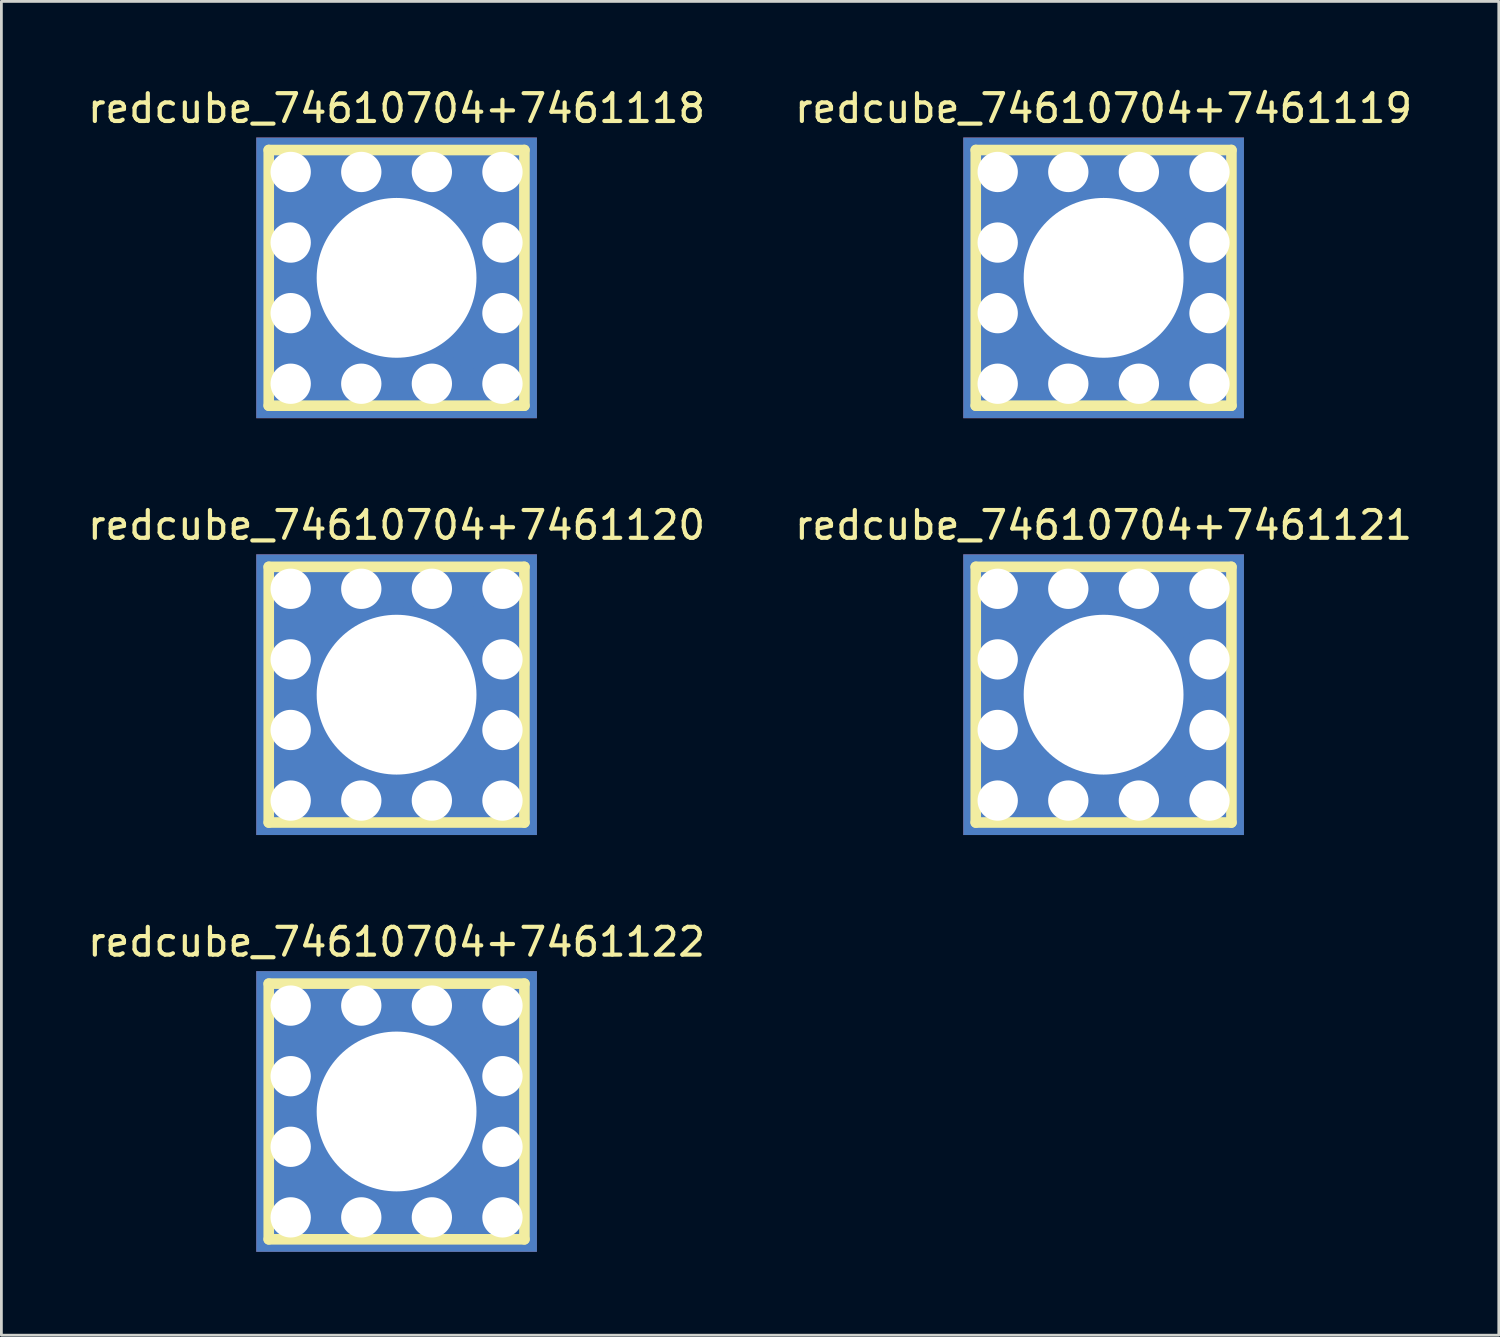
<source format=kicad_pcb>
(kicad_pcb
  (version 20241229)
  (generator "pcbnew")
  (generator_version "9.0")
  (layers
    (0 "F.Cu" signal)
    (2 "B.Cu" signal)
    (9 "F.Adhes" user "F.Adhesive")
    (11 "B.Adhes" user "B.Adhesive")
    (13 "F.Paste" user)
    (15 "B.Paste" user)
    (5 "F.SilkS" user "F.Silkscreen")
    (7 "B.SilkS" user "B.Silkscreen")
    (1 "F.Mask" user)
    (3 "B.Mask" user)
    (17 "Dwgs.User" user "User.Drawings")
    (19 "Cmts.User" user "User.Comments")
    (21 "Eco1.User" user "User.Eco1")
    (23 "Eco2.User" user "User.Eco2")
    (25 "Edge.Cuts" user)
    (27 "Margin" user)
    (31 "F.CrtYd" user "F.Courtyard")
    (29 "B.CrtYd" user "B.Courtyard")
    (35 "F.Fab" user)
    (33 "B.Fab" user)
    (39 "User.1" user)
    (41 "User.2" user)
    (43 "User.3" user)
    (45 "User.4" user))
  (footprint "redcube_74610704+7461121"
    (layer "F.Cu")
    (at 36.661 21.947)
    (property "Reference" "redcube_74610704+7461121" (at 0 -6.1 0) (layer "F.SilkS") (effects (font (size 1 1) (thickness 0.15))))
    (attr through_hole)
    (fp_line (start -4.6 -4.6) (end 4.6 -4.6) (stroke (width 0.381) (type solid)) (layer "F.SilkS"))
    (fp_line (start -4.6 4.6) (end -4.6 -4.6) (stroke (width 0.381) (type solid)) (layer "F.SilkS"))
    (fp_line (start 4.6 -4.6) (end 4.6 4.6) (stroke (width 0.381) (type solid)) (layer "F.SilkS"))
    (fp_line (start 4.6 4.6) (end -4.6 4.6) (stroke (width 0.381) (type solid)) (layer "F.SilkS"))
    (fp_circle (center 0 0) (end 1.6 0) (stroke (width 0.381) (type solid)) (fill no) (layer "F.SilkS"))
    (pad "1" thru_hole circle (at -3.81 -3.81) (size 2.4 2.4) (drill 1.45) (layers "*.Cu" "*.Mask"))
    (pad "1" thru_hole circle (at -3.81 -1.27) (size 2.4 2.4) (drill 1.45) (layers "*.Cu" "*.Mask"))
    (pad "1" thru_hole circle (at -3.81 1.27) (size 2.4 2.4) (drill 1.45) (layers "*.Cu" "*.Mask"))
    (pad "1" thru_hole circle (at -3.81 3.81) (size 2.4 2.4) (drill 1.45) (layers "*.Cu" "*.Mask"))
    (pad "1" thru_hole circle (at -1.27 -3.81) (size 2.4 2.4) (drill 1.45) (layers "*.Cu" "*.Mask"))
    (pad "1" thru_hole circle (at -1.27 3.81) (size 2.4 2.4) (drill 1.45) (layers "*.Cu" "*.Mask"))
    (pad "1" thru_hole rect (at 0 0) (size 10.1 10.1) (drill 5.75) (layers "*.Cu" "*.Mask"))
    (pad "1" thru_hole circle (at 1.27 -3.81) (size 2.4 2.4) (drill 1.45) (layers "*.Cu" "*.Mask"))
    (pad "1" thru_hole circle (at 1.27 3.81) (size 2.4 2.4) (drill 1.45) (layers "*.Cu" "*.Mask"))
    (pad "1" thru_hole circle (at 3.81 -3.81) (size 2.4 2.4) (drill 1.45) (layers "*.Cu" "*.Mask"))
    (pad "1" thru_hole circle (at 3.81 -1.27) (size 2.4 2.4) (drill 1.45) (layers "*.Cu" "*.Mask"))
    (pad "1" thru_hole circle (at 3.81 1.27) (size 2.4 2.4) (drill 1.45) (layers "*.Cu" "*.Mask"))
    (pad "1" thru_hole circle (at 3.81 3.81) (size 2.4 2.4) (drill 1.45) (layers "*.Cu" "*.Mask")))
  (footprint "redcube_74610704+7461118"
    (layer "F.Cu")
    (at 11.22 6.948)
    (property "Reference" "redcube_74610704+7461118" (at 0 -6.1 0) (layer "F.SilkS") (effects (font (size 1 1) (thickness 0.15))))
    (attr through_hole)
    (fp_line (start -4.6 -4.6) (end 4.6 -4.6) (stroke (width 0.381) (type solid)) (layer "F.SilkS"))
    (fp_line (start -4.6 4.6) (end -4.6 -4.6) (stroke (width 0.381) (type solid)) (layer "F.SilkS"))
    (fp_line (start 4.6 -4.6) (end 4.6 4.6) (stroke (width 0.381) (type solid)) (layer "F.SilkS"))
    (fp_line (start 4.6 4.6) (end -4.6 4.6) (stroke (width 0.381) (type solid)) (layer "F.SilkS"))
    (fp_circle (center 0 0) (end 1.6 0) (stroke (width 0.381) (type solid)) (fill no) (layer "F.SilkS"))
    (pad "1" thru_hole circle (at -3.81 -3.81) (size 2.4 2.4) (drill 1.45) (layers "*.Cu" "*.Mask"))
    (pad "1" thru_hole circle (at -3.81 -1.27) (size 2.4 2.4) (drill 1.45) (layers "*.Cu" "*.Mask"))
    (pad "1" thru_hole circle (at -3.81 1.27) (size 2.4 2.4) (drill 1.45) (layers "*.Cu" "*.Mask"))
    (pad "1" thru_hole circle (at -3.81 3.81) (size 2.4 2.4) (drill 1.45) (layers "*.Cu" "*.Mask"))
    (pad "1" thru_hole circle (at -1.27 -3.81) (size 2.4 2.4) (drill 1.45) (layers "*.Cu" "*.Mask"))
    (pad "1" thru_hole circle (at -1.27 3.81) (size 2.4 2.4) (drill 1.45) (layers "*.Cu" "*.Mask"))
    (pad "1" thru_hole rect (at 0 0) (size 10.1 10.1) (drill 5.75) (layers "*.Cu" "*.Mask"))
    (pad "1" thru_hole circle (at 1.27 -3.81) (size 2.4 2.4) (drill 1.45) (layers "*.Cu" "*.Mask"))
    (pad "1" thru_hole circle (at 1.27 3.81) (size 2.4 2.4) (drill 1.45) (layers "*.Cu" "*.Mask"))
    (pad "1" thru_hole circle (at 3.81 -3.81) (size 2.4 2.4) (drill 1.45) (layers "*.Cu" "*.Mask"))
    (pad "1" thru_hole circle (at 3.81 -1.27) (size 2.4 2.4) (drill 1.45) (layers "*.Cu" "*.Mask"))
    (pad "1" thru_hole circle (at 3.81 1.27) (size 2.4 2.4) (drill 1.45) (layers "*.Cu" "*.Mask"))
    (pad "1" thru_hole circle (at 3.81 3.81) (size 2.4 2.4) (drill 1.45) (layers "*.Cu" "*.Mask")))
  (footprint "redcube_74610704+7461122"
    (layer "F.Cu")
    (at 11.22 36.945)
    (property "Reference" "redcube_74610704+7461122" (at 0 -6.1 0) (layer "F.SilkS") (effects (font (size 1 1) (thickness 0.15))))
    (attr through_hole)
    (fp_line (start -4.6 -4.6) (end 4.6 -4.6) (stroke (width 0.381) (type solid)) (layer "F.SilkS"))
    (fp_line (start -4.6 4.6) (end -4.6 -4.6) (stroke (width 0.381) (type solid)) (layer "F.SilkS"))
    (fp_line (start 4.6 -4.6) (end 4.6 4.6) (stroke (width 0.381) (type solid)) (layer "F.SilkS"))
    (fp_line (start 4.6 4.6) (end -4.6 4.6) (stroke (width 0.381) (type solid)) (layer "F.SilkS"))
    (fp_circle (center 0 0) (end 2.1 0) (stroke (width 0.381) (type solid)) (fill no) (layer "F.SilkS"))
    (pad "1" thru_hole circle (at -3.81 -3.81) (size 2.4 2.4) (drill 1.45) (layers "*.Cu" "*.Mask"))
    (pad "1" thru_hole circle (at -3.81 -1.27) (size 2.4 2.4) (drill 1.45) (layers "*.Cu" "*.Mask"))
    (pad "1" thru_hole circle (at -3.81 1.27) (size 2.4 2.4) (drill 1.45) (layers "*.Cu" "*.Mask"))
    (pad "1" thru_hole circle (at -3.81 3.81) (size 2.4 2.4) (drill 1.45) (layers "*.Cu" "*.Mask"))
    (pad "1" thru_hole circle (at -1.27 -3.81) (size 2.4 2.4) (drill 1.45) (layers "*.Cu" "*.Mask"))
    (pad "1" thru_hole circle (at -1.27 3.81) (size 2.4 2.4) (drill 1.45) (layers "*.Cu" "*.Mask"))
    (pad "1" thru_hole rect (at 0 0) (size 10.1 10.1) (drill 5.75) (layers "*.Cu" "*.Mask"))
    (pad "1" thru_hole circle (at 1.27 -3.81) (size 2.4 2.4) (drill 1.45) (layers "*.Cu" "*.Mask"))
    (pad "1" thru_hole circle (at 1.27 3.81) (size 2.4 2.4) (drill 1.45) (layers "*.Cu" "*.Mask"))
    (pad "1" thru_hole circle (at 3.81 -3.81) (size 2.4 2.4) (drill 1.45) (layers "*.Cu" "*.Mask"))
    (pad "1" thru_hole circle (at 3.81 -1.27) (size 2.4 2.4) (drill 1.45) (layers "*.Cu" "*.Mask"))
    (pad "1" thru_hole circle (at 3.81 1.27) (size 2.4 2.4) (drill 1.45) (layers "*.Cu" "*.Mask"))
    (pad "1" thru_hole circle (at 3.81 3.81) (size 2.4 2.4) (drill 1.45) (layers "*.Cu" "*.Mask")))
  (footprint "redcube_74610704+7461120"
    (layer "F.Cu")
    (at 11.22 21.947)
    (property "Reference" "redcube_74610704+7461120" (at 0 -6.1 0) (layer "F.SilkS") (effects (font (size 1 1) (thickness 0.15))))
    (attr through_hole)
    (fp_line (start -4.6 -4.6) (end 4.6 -4.6) (stroke (width 0.381) (type solid)) (layer "F.SilkS"))
    (fp_line (start -4.6 4.6) (end -4.6 -4.6) (stroke (width 0.381) (type solid)) (layer "F.SilkS"))
    (fp_line (start 4.6 -4.6) (end 4.6 4.6) (stroke (width 0.381) (type solid)) (layer "F.SilkS"))
    (fp_line (start 4.6 4.6) (end -4.6 4.6) (stroke (width 0.381) (type solid)) (layer "F.SilkS"))
    (fp_circle (center 0 0) (end 2 0) (stroke (width 0.381) (type solid)) (fill no) (layer "F.SilkS"))
    (pad "1" thru_hole circle (at -3.81 -3.81) (size 2.4 2.4) (drill 1.45) (layers "*.Cu" "*.Mask"))
    (pad "1" thru_hole circle (at -3.81 -1.27) (size 2.4 2.4) (drill 1.45) (layers "*.Cu" "*.Mask"))
    (pad "1" thru_hole circle (at -3.81 1.27) (size 2.4 2.4) (drill 1.45) (layers "*.Cu" "*.Mask"))
    (pad "1" thru_hole circle (at -3.81 3.81) (size 2.4 2.4) (drill 1.45) (layers "*.Cu" "*.Mask"))
    (pad "1" thru_hole circle (at -1.27 -3.81) (size 2.4 2.4) (drill 1.45) (layers "*.Cu" "*.Mask"))
    (pad "1" thru_hole circle (at -1.27 3.81) (size 2.4 2.4) (drill 1.45) (layers "*.Cu" "*.Mask"))
    (pad "1" thru_hole rect (at 0 0) (size 10.1 10.1) (drill 5.75) (layers "*.Cu" "*.Mask"))
    (pad "1" thru_hole circle (at 1.27 -3.81) (size 2.4 2.4) (drill 1.45) (layers "*.Cu" "*.Mask"))
    (pad "1" thru_hole circle (at 1.27 3.81) (size 2.4 2.4) (drill 1.45) (layers "*.Cu" "*.Mask"))
    (pad "1" thru_hole circle (at 3.81 -3.81) (size 2.4 2.4) (drill 1.45) (layers "*.Cu" "*.Mask"))
    (pad "1" thru_hole circle (at 3.81 -1.27) (size 2.4 2.4) (drill 1.45) (layers "*.Cu" "*.Mask"))
    (pad "1" thru_hole circle (at 3.81 1.27) (size 2.4 2.4) (drill 1.45) (layers "*.Cu" "*.Mask"))
    (pad "1" thru_hole circle (at 3.81 3.81) (size 2.4 2.4) (drill 1.45) (layers "*.Cu" "*.Mask")))
  (footprint "redcube_74610704+7461119"
    (layer "F.Cu")
    (at 36.661 6.948)
    (property "Reference" "redcube_74610704+7461119" (at 0 -6.1 0) (layer "F.SilkS") (effects (font (size 1 1) (thickness 0.15))))
    (attr through_hole)
    (fp_line (start -4.6 -4.6) (end 4.6 -4.6) (stroke (width 0.381) (type solid)) (layer "F.SilkS"))
    (fp_line (start -4.6 4.6) (end -4.6 -4.6) (stroke (width 0.381) (type solid)) (layer "F.SilkS"))
    (fp_line (start 4.6 -4.6) (end 4.6 4.6) (stroke (width 0.381) (type solid)) (layer "F.SilkS"))
    (fp_line (start 4.6 4.6) (end -4.6 4.6) (stroke (width 0.381) (type solid)) (layer "F.SilkS"))
    (fp_circle (center 0 0) (end 1.6 0) (stroke (width 0.381) (type solid)) (fill no) (layer "F.SilkS"))
    (pad "1" thru_hole circle (at -3.81 -3.81) (size 2.4 2.4) (drill 1.45) (layers "*.Cu" "*.Mask"))
    (pad "1" thru_hole circle (at -3.81 -1.27) (size 2.4 2.4) (drill 1.45) (layers "*.Cu" "*.Mask"))
    (pad "1" thru_hole circle (at -3.81 1.27) (size 2.4 2.4) (drill 1.45) (layers "*.Cu" "*.Mask"))
    (pad "1" thru_hole circle (at -3.81 3.81) (size 2.4 2.4) (drill 1.45) (layers "*.Cu" "*.Mask"))
    (pad "1" thru_hole circle (at -1.27 -3.81) (size 2.4 2.4) (drill 1.45) (layers "*.Cu" "*.Mask"))
    (pad "1" thru_hole circle (at -1.27 3.81) (size 2.4 2.4) (drill 1.45) (layers "*.Cu" "*.Mask"))
    (pad "1" thru_hole rect (at 0 0) (size 10.1 10.1) (drill 5.75) (layers "*.Cu" "*.Mask"))
    (pad "1" thru_hole circle (at 1.27 -3.81) (size 2.4 2.4) (drill 1.45) (layers "*.Cu" "*.Mask"))
    (pad "1" thru_hole circle (at 1.27 3.81) (size 2.4 2.4) (drill 1.45) (layers "*.Cu" "*.Mask"))
    (pad "1" thru_hole circle (at 3.81 -3.81) (size 2.4 2.4) (drill 1.45) (layers "*.Cu" "*.Mask"))
    (pad "1" thru_hole circle (at 3.81 -1.27) (size 2.4 2.4) (drill 1.45) (layers "*.Cu" "*.Mask"))
    (pad "1" thru_hole circle (at 3.81 1.27) (size 2.4 2.4) (drill 1.45) (layers "*.Cu" "*.Mask"))
    (pad "1" thru_hole circle (at 3.81 3.81) (size 2.4 2.4) (drill 1.45) (layers "*.Cu" "*.Mask")))
  (gr_rect
    (start -3 -3)
    (end 50.881 44.995)
    (stroke (width 0.1) (type default))
    (fill no)
    (layer "Edge.Cuts")))
</source>
